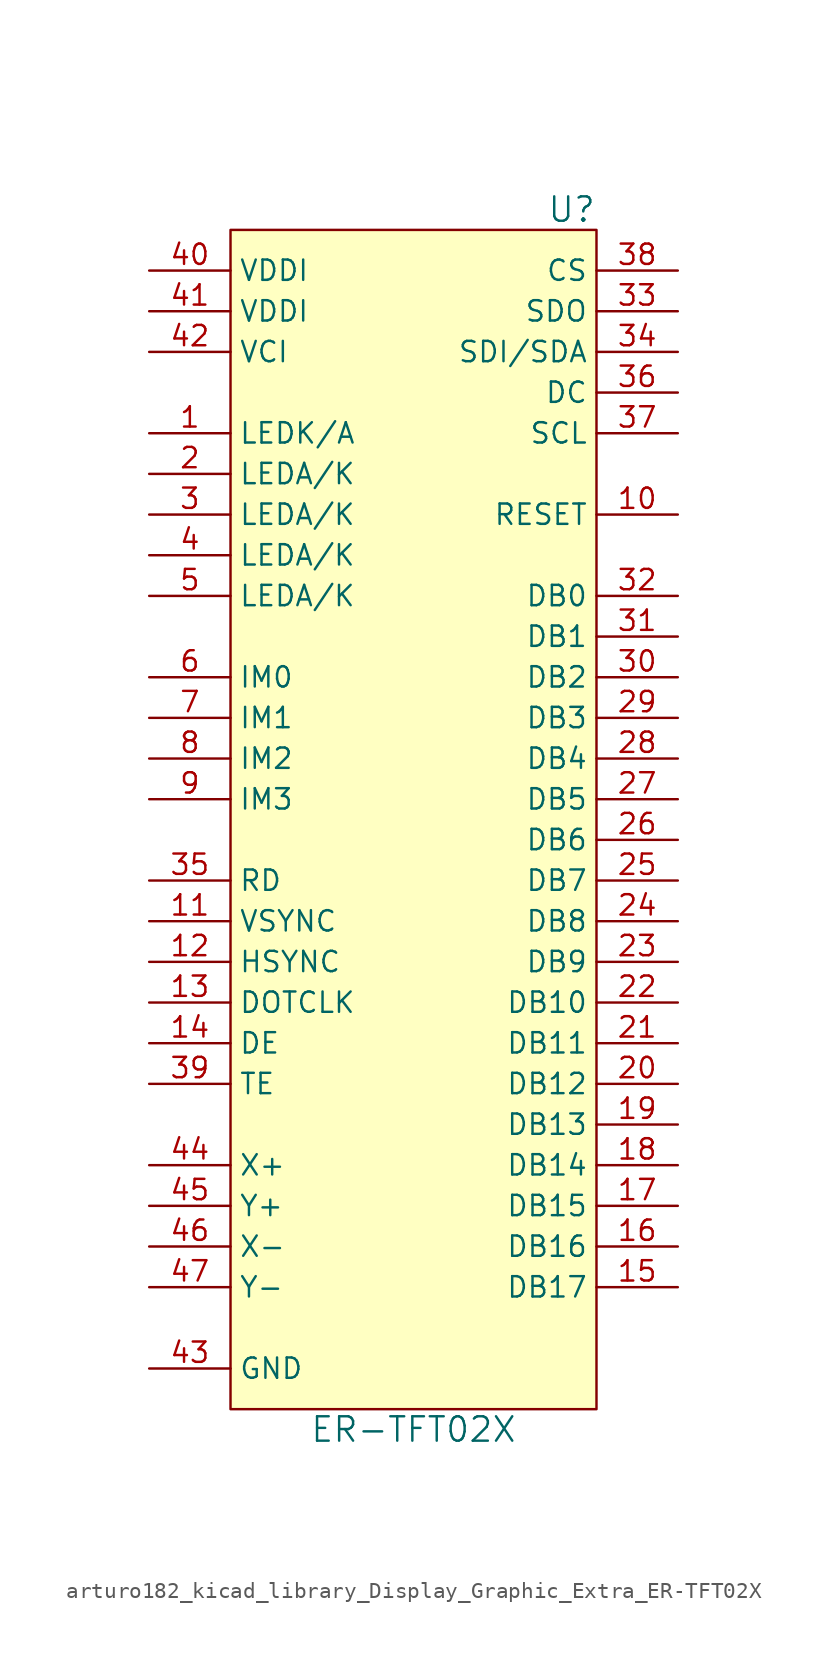
<source format=kicad_sym>
(kicad_symbol_lib
  (version 20220914)
  (generator kicad_symbol_editor)
  (symbol "arturo182_kicad_library_Display_Graphic_Extra_ER-TFT02X"
    (property "Reference" "U"
      (at 11.43 36.83 0)
      (effects (font (size 1.524 1.524)) (justify right)))
    (property "Value" "ER-TFT02X"
      (at 0 -39.37 0)
      (effects (font (size 1.524 1.524))))
    (symbol "arturo182_kicad_library_Display_Graphic_Extra_ER-TFT02X_0_1"
      (rectangle (start -11.43 35.56) (end 11.43 -38.1) (stroke (width 0) (type default)) (fill (type background))))
    (symbol "arturo182_kicad_library_Display_Graphic_Extra_ER-TFT02X_1_1"
      (pin input line (at -16.51 22.86 0) (length 5.08) (name "LEDK/A" (effects (font (size 1.27 1.27)))) (number "1" (effects (font (size 1.27 1.27)))))
      (pin input line (at 16.51 17.78 180) (length 5.08) (name "RESET" (effects (font (size 1.27 1.27)))) (number "10" (effects (font (size 1.27 1.27)))))
      (pin input line (at -16.51 -7.62 0) (length 5.08) (name "VSYNC" (effects (font (size 1.27 1.27)))) (number "11" (effects (font (size 1.27 1.27)))))
      (pin input line (at -16.51 -10.16 0) (length 5.08) (name "HSYNC" (effects (font (size 1.27 1.27)))) (number "12" (effects (font (size 1.27 1.27)))))
      (pin input line (at -16.51 -12.7 0) (length 5.08) (name "DOTCLK" (effects (font (size 1.27 1.27)))) (number "13" (effects (font (size 1.27 1.27)))))
      (pin input line (at -16.51 -15.24 0) (length 5.08) (name "DE" (effects (font (size 1.27 1.27)))) (number "14" (effects (font (size 1.27 1.27)))))
      (pin input line (at 16.51 -30.48 180) (length 5.08) (name "DB17" (effects (font (size 1.27 1.27)))) (number "15" (effects (font (size 1.27 1.27)))))
      (pin input line (at 16.51 -27.94 180) (length 5.08) (name "DB16" (effects (font (size 1.27 1.27)))) (number "16" (effects (font (size 1.27 1.27)))))
      (pin input line (at 16.51 -25.4 180) (length 5.08) (name "DB15" (effects (font (size 1.27 1.27)))) (number "17" (effects (font (size 1.27 1.27)))))
      (pin input line (at 16.51 -22.86 180) (length 5.08) (name "DB14" (effects (font (size 1.27 1.27)))) (number "18" (effects (font (size 1.27 1.27)))))
      (pin input line (at 16.51 -20.32 180) (length 5.08) (name "DB13" (effects (font (size 1.27 1.27)))) (number "19" (effects (font (size 1.27 1.27)))))
      (pin input line (at -16.51 20.32 0) (length 5.08) (name "LEDA/K" (effects (font (size 1.27 1.27)))) (number "2" (effects (font (size 1.27 1.27)))))
      (pin input line (at 16.51 -17.78 180) (length 5.08) (name "DB12" (effects (font (size 1.27 1.27)))) (number "20" (effects (font (size 1.27 1.27)))))
      (pin input line (at 16.51 -15.24 180) (length 5.08) (name "DB11" (effects (font (size 1.27 1.27)))) (number "21" (effects (font (size 1.27 1.27)))))
      (pin input line (at 16.51 -12.7 180) (length 5.08) (name "DB10" (effects (font (size 1.27 1.27)))) (number "22" (effects (font (size 1.27 1.27)))))
      (pin input line (at 16.51 -10.16 180) (length 5.08) (name "DB9" (effects (font (size 1.27 1.27)))) (number "23" (effects (font (size 1.27 1.27)))))
      (pin input line (at 16.51 -7.62 180) (length 5.08) (name "DB8" (effects (font (size 1.27 1.27)))) (number "24" (effects (font (size 1.27 1.27)))))
      (pin input line (at 16.51 -5.08 180) (length 5.08) (name "DB7" (effects (font (size 1.27 1.27)))) (number "25" (effects (font (size 1.27 1.27)))))
      (pin input line (at 16.51 -2.54 180) (length 5.08) (name "DB6" (effects (font (size 1.27 1.27)))) (number "26" (effects (font (size 1.27 1.27)))))
      (pin input line (at 16.51 0 180) (length 5.08) (name "DB5" (effects (font (size 1.27 1.27)))) (number "27" (effects (font (size 1.27 1.27)))))
      (pin input line (at 16.51 2.54 180) (length 5.08) (name "DB4" (effects (font (size 1.27 1.27)))) (number "28" (effects (font (size 1.27 1.27)))))
      (pin input line (at 16.51 5.08 180) (length 5.08) (name "DB3" (effects (font (size 1.27 1.27)))) (number "29" (effects (font (size 1.27 1.27)))))
      (pin input line (at -16.51 17.78 0) (length 5.08) (name "LEDA/K" (effects (font (size 1.27 1.27)))) (number "3" (effects (font (size 1.27 1.27)))))
      (pin input line (at 16.51 7.62 180) (length 5.08) (name "DB2" (effects (font (size 1.27 1.27)))) (number "30" (effects (font (size 1.27 1.27)))))
      (pin input line (at 16.51 10.16 180) (length 5.08) (name "DB1" (effects (font (size 1.27 1.27)))) (number "31" (effects (font (size 1.27 1.27)))))
      (pin input line (at 16.51 12.7 180) (length 5.08) (name "DB0" (effects (font (size 1.27 1.27)))) (number "32" (effects (font (size 1.27 1.27)))))
      (pin output line (at 16.51 30.48 180) (length 5.08) (name "SDO" (effects (font (size 1.27 1.27)))) (number "33" (effects (font (size 1.27 1.27)))))
      (pin input line (at 16.51 27.94 180) (length 5.08) (name "SDI/SDA" (effects (font (size 1.27 1.27)))) (number "34" (effects (font (size 1.27 1.27)))))
      (pin input line (at -16.51 -5.08 0) (length 5.08) (name "RD" (effects (font (size 1.27 1.27)))) (number "35" (effects (font (size 1.27 1.27)))))
      (pin input line (at 16.51 25.4 180) (length 5.08) (name "DC" (effects (font (size 1.27 1.27)))) (number "36" (effects (font (size 1.27 1.27)))))
      (pin input line (at 16.51 22.86 180) (length 5.08) (name "SCL" (effects (font (size 1.27 1.27)))) (number "37" (effects (font (size 1.27 1.27)))))
      (pin input line (at 16.51 33.02 180) (length 5.08) (name "CS" (effects (font (size 1.27 1.27)))) (number "38" (effects (font (size 1.27 1.27)))))
      (pin input line (at -16.51 -17.78 0) (length 5.08) (name "TE" (effects (font (size 1.27 1.27)))) (number "39" (effects (font (size 1.27 1.27)))))
      (pin input line (at -16.51 15.24 0) (length 5.08) (name "LEDA/K" (effects (font (size 1.27 1.27)))) (number "4" (effects (font (size 1.27 1.27)))))
      (pin power_in line (at -16.51 33.02 0) (length 5.08) (name "VDDI" (effects (font (size 1.27 1.27)))) (number "40" (effects (font (size 1.27 1.27)))))
      (pin power_in line (at -16.51 30.48 0) (length 5.08) (name "VDDI" (effects (font (size 1.27 1.27)))) (number "41" (effects (font (size 1.27 1.27)))))
      (pin power_in line (at -16.51 27.94 0) (length 5.08) (name "VCI" (effects (font (size 1.27 1.27)))) (number "42" (effects (font (size 1.27 1.27)))))
      (pin power_in line (at -16.51 -35.56 0) (length 5.08) (name "GND" (effects (font (size 1.27 1.27)))) (number "43" (effects (font (size 1.27 1.27)))))
      (pin output line (at -16.51 -22.86 0) (length 5.08) (name "X+" (effects (font (size 1.27 1.27)))) (number "44" (effects (font (size 1.27 1.27)))) (alternate "TP_SCL" input line))
      (pin output line (at -16.51 -25.4 0) (length 5.08) (name "Y+" (effects (font (size 1.27 1.27)))) (number "45" (effects (font (size 1.27 1.27)))) (alternate "TP_SDA" bidirectional line))
      (pin output line (at -16.51 -27.94 0) (length 5.08) (name "X-" (effects (font (size 1.27 1.27)))) (number "46" (effects (font (size 1.27 1.27)))) (alternate "TP_INT" output line))
      (pin output line (at -16.51 -30.48 0) (length 5.08) (name "Y-" (effects (font (size 1.27 1.27)))) (number "47" (effects (font (size 1.27 1.27)))) (alternate "TP_RST" input line))
      (pin passive line (at -16.51 -35.56 0) (length 5.08) hide (name "GND" (effects (font (size 1.27 1.27)))) (number "48" (effects (font (size 1.27 1.27)))))
      (pin passive line (at -16.51 -35.56 0) (length 5.08) hide (name "GND" (effects (font (size 1.27 1.27)))) (number "49" (effects (font (size 1.27 1.27)))))
      (pin input line (at -16.51 12.7 0) (length 5.08) (name "LEDA/K" (effects (font (size 1.27 1.27)))) (number "5" (effects (font (size 1.27 1.27)))))
      (pin passive line (at -16.51 -35.56 0) (length 5.08) hide (name "GND" (effects (font (size 1.27 1.27)))) (number "50" (effects (font (size 1.27 1.27)))))
      (pin input line (at -16.51 7.62 0) (length 5.08) (name "IM0" (effects (font (size 1.27 1.27)))) (number "6" (effects (font (size 1.27 1.27)))))
      (pin input line (at -16.51 5.08 0) (length 5.08) (name "IM1" (effects (font (size 1.27 1.27)))) (number "7" (effects (font (size 1.27 1.27)))))
      (pin input line (at -16.51 2.54 0) (length 5.08) (name "IM2" (effects (font (size 1.27 1.27)))) (number "8" (effects (font (size 1.27 1.27)))))
      (pin input line (at -16.51 0 0) (length 5.08) (name "IM3" (effects (font (size 1.27 1.27)))) (number "9" (effects (font (size 1.27 1.27))))))))
</source>
